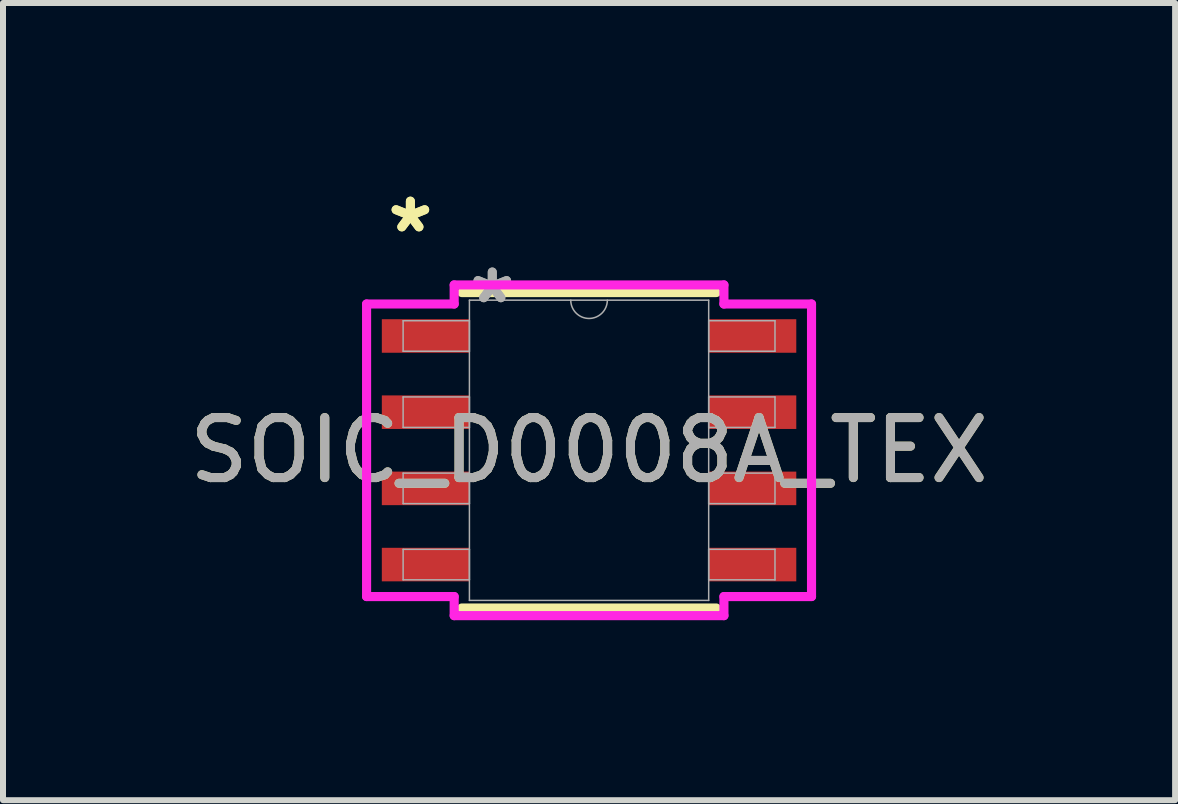
<source format=kicad_pcb>
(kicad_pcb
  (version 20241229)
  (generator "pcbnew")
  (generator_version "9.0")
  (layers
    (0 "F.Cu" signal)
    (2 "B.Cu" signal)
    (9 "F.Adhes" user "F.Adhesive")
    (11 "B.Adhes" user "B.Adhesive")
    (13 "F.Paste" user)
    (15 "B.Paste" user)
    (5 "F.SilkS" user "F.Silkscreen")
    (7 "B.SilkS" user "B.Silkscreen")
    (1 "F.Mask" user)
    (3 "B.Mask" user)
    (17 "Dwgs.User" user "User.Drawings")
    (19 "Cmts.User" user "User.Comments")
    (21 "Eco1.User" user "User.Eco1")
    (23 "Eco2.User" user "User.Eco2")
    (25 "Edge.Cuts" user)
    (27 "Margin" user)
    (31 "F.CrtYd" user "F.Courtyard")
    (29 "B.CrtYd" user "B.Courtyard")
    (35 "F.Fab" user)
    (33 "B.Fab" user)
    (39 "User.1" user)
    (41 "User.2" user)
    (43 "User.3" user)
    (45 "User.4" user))
  (footprint "SOIC_D0008A_TEX"
    (layer "F.Cu")
    (at 6.768 4.455)
    (property "Reference" "SOIC_D0008A_TEX" (at 0 0 0) (unlocked yes) (layer "F.SilkS") (effects (font (size 1 1) (thickness 0.15))))
    (attr smd)
    (fp_line (start -2.121 2.629) (end 2.121 2.629) (stroke (width 0.152) (type solid)) (layer "F.SilkS"))
    (fp_line (start 2.121 -2.629) (end -2.121 -2.629) (stroke (width 0.152) (type solid)) (layer "F.SilkS"))
    (fp_line (start -3.708 -2.438) (end -2.248 -2.438) (stroke (width 0.152) (type solid)) (layer "F.CrtYd"))
    (fp_line (start -3.708 2.438) (end -3.708 -2.438) (stroke (width 0.152) (type solid)) (layer "F.CrtYd"))
    (fp_line (start -3.708 2.438) (end -2.248 2.438) (stroke (width 0.152) (type solid)) (layer "F.CrtYd"))
    (fp_line (start -2.248 -2.756) (end 2.248 -2.756) (stroke (width 0.152) (type solid)) (layer "F.CrtYd"))
    (fp_line (start -2.248 -2.438) (end -2.248 -2.756) (stroke (width 0.152) (type solid)) (layer "F.CrtYd"))
    (fp_line (start -2.248 2.756) (end -2.248 2.438) (stroke (width 0.152) (type solid)) (layer "F.CrtYd"))
    (fp_line (start 2.248 -2.756) (end 2.248 -2.438) (stroke (width 0.152) (type solid)) (layer "F.CrtYd"))
    (fp_line (start 2.248 2.438) (end 2.248 2.756) (stroke (width 0.152) (type solid)) (layer "F.CrtYd"))
    (fp_line (start 2.248 2.756) (end -2.248 2.756) (stroke (width 0.152) (type solid)) (layer "F.CrtYd"))
    (fp_line (start 3.708 -2.438) (end 2.248 -2.438) (stroke (width 0.152) (type solid)) (layer "F.CrtYd"))
    (fp_line (start 3.708 -2.438) (end 3.708 2.438) (stroke (width 0.152) (type solid)) (layer "F.CrtYd"))
    (fp_line (start 3.708 2.438) (end 2.248 2.438) (stroke (width 0.152) (type solid)) (layer "F.CrtYd"))
    (fp_line (start -3.099 -2.159) (end -3.099 -1.651) (stroke (width 0.025) (type solid)) (layer "F.Fab"))
    (fp_line (start -3.099 -1.651) (end -1.994 -1.651) (stroke (width 0.025) (type solid)) (layer "F.Fab"))
    (fp_line (start -3.099 -0.889) (end -3.099 -0.381) (stroke (width 0.025) (type solid)) (layer "F.Fab"))
    (fp_line (start -3.099 -0.381) (end -1.994 -0.381) (stroke (width 0.025) (type solid)) (layer "F.Fab"))
    (fp_line (start -3.099 0.381) (end -3.099 0.889) (stroke (width 0.025) (type solid)) (layer "F.Fab"))
    (fp_line (start -3.099 0.889) (end -1.994 0.889) (stroke (width 0.025) (type solid)) (layer "F.Fab"))
    (fp_line (start -3.099 1.651) (end -3.099 2.159) (stroke (width 0.025) (type solid)) (layer "F.Fab"))
    (fp_line (start -3.099 2.159) (end -1.994 2.159) (stroke (width 0.025) (type solid)) (layer "F.Fab"))
    (fp_line (start -1.994 -2.502) (end -1.994 2.502) (stroke (width 0.025) (type solid)) (layer "F.Fab"))
    (fp_line (start -1.994 -2.159) (end -3.099 -2.159) (stroke (width 0.025) (type solid)) (layer "F.Fab"))
    (fp_line (start -1.994 -1.651) (end -1.994 -2.159) (stroke (width 0.025) (type solid)) (layer "F.Fab"))
    (fp_line (start -1.994 -0.889) (end -3.099 -0.889) (stroke (width 0.025) (type solid)) (layer "F.Fab"))
    (fp_line (start -1.994 -0.381) (end -1.994 -0.889) (stroke (width 0.025) (type solid)) (layer "F.Fab"))
    (fp_line (start -1.994 0.381) (end -3.099 0.381) (stroke (width 0.025) (type solid)) (layer "F.Fab"))
    (fp_line (start -1.994 0.889) (end -1.994 0.381) (stroke (width 0.025) (type solid)) (layer "F.Fab"))
    (fp_line (start -1.994 1.651) (end -3.099 1.651) (stroke (width 0.025) (type solid)) (layer "F.Fab"))
    (fp_line (start -1.994 2.159) (end -1.994 1.651) (stroke (width 0.025) (type solid)) (layer "F.Fab"))
    (fp_line (start -1.994 2.502) (end 1.994 2.502) (stroke (width 0.025) (type solid)) (layer "F.Fab"))
    (fp_line (start 1.994 -2.502) (end -1.994 -2.502) (stroke (width 0.025) (type solid)) (layer "F.Fab"))
    (fp_line (start 1.994 -2.159) (end 1.994 -1.651) (stroke (width 0.025) (type solid)) (layer "F.Fab"))
    (fp_line (start 1.994 -1.651) (end 3.099 -1.651) (stroke (width 0.025) (type solid)) (layer "F.Fab"))
    (fp_line (start 1.994 -0.889) (end 1.994 -0.381) (stroke (width 0.025) (type solid)) (layer "F.Fab"))
    (fp_line (start 1.994 -0.381) (end 3.099 -0.381) (stroke (width 0.025) (type solid)) (layer "F.Fab"))
    (fp_line (start 1.994 0.381) (end 1.994 0.889) (stroke (width 0.025) (type solid)) (layer "F.Fab"))
    (fp_line (start 1.994 0.889) (end 3.099 0.889) (stroke (width 0.025) (type solid)) (layer "F.Fab"))
    (fp_line (start 1.994 1.651) (end 1.994 2.159) (stroke (width 0.025) (type solid)) (layer "F.Fab"))
    (fp_line (start 1.994 2.159) (end 3.099 2.159) (stroke (width 0.025) (type solid)) (layer "F.Fab"))
    (fp_line (start 1.994 2.502) (end 1.994 -2.502) (stroke (width 0.025) (type solid)) (layer "F.Fab"))
    (fp_line (start 3.099 -2.159) (end 1.994 -2.159) (stroke (width 0.025) (type solid)) (layer "F.Fab"))
    (fp_line (start 3.099 -1.651) (end 3.099 -2.159) (stroke (width 0.025) (type solid)) (layer "F.Fab"))
    (fp_line (start 3.099 -0.889) (end 1.994 -0.889) (stroke (width 0.025) (type solid)) (layer "F.Fab"))
    (fp_line (start 3.099 -0.381) (end 3.099 -0.889) (stroke (width 0.025) (type solid)) (layer "F.Fab"))
    (fp_line (start 3.099 0.381) (end 1.994 0.381) (stroke (width 0.025) (type solid)) (layer "F.Fab"))
    (fp_line (start 3.099 0.889) (end 3.099 0.381) (stroke (width 0.025) (type solid)) (layer "F.Fab"))
    (fp_line (start 3.099 1.651) (end 1.994 1.651) (stroke (width 0.025) (type solid)) (layer "F.Fab"))
    (fp_line (start 3.099 2.159) (end 3.099 1.651) (stroke (width 0.025) (type solid)) (layer "F.Fab"))
    (fp_arc (start 0.3048 -2.5019) (mid 0 -2.1971) (end -0.3048 -2.5019) (stroke (width 0.0254) (type solid)) (layer "F.Fab"))
    (fp_text user "*" (at -2.978 -3.607 0) (unlocked yes) (layer "F.SilkS") (effects (font (size 1 1) (thickness 0.15))))
    (fp_text user "*" (at -2.978 -3.607 0) (layer "F.SilkS") (effects (font (size 1 1) (thickness 0.15))))
    (fp_text user "*" (at -1.613 -2.426 0) (unlocked yes) (layer "F.Fab") (effects (font (size 1 1) (thickness 0.15))))
    (fp_text user "*" (at -1.613 -2.426 0) (layer "F.Fab") (effects (font (size 1 1) (thickness 0.15))))
    (fp_text user "${REFERENCE}" (at 0 0 0) (unlocked yes) (layer "F.Fab") (effects (font (size 1 1) (thickness 0.15))))
    (pad "1" smd rect (at -2.724 -1.905) (size 1.46 0.559) (layers "F.Cu" "F.Mask" "F.Paste"))
    (pad "2" smd rect (at -2.724 -0.635) (size 1.46 0.559) (layers "F.Cu" "F.Mask" "F.Paste"))
    (pad "3" smd rect (at -2.724 0.635) (size 1.46 0.559) (layers "F.Cu" "F.Mask" "F.Paste"))
    (pad "4" smd rect (at -2.724 1.905) (size 1.46 0.559) (layers "F.Cu" "F.Mask" "F.Paste"))
    (pad "5" smd rect (at 2.724 1.905) (size 1.46 0.559) (layers "F.Cu" "F.Mask" "F.Paste"))
    (pad "6" smd rect (at 2.724 0.635) (size 1.46 0.559) (layers "F.Cu" "F.Mask" "F.Paste"))
    (pad "7" smd rect (at 2.724 -0.635) (size 1.46 0.559) (layers "F.Cu" "F.Mask" "F.Paste"))
    (pad "8" smd rect (at 2.724 -1.905) (size 1.46 0.559) (layers "F.Cu" "F.Mask" "F.Paste")))
  (gr_rect
    (start -3 -3)
    (end 16.536 10.287)
    (stroke (width 0.1) (type default))
    (fill no)
    (layer "Edge.Cuts")))
</source>
